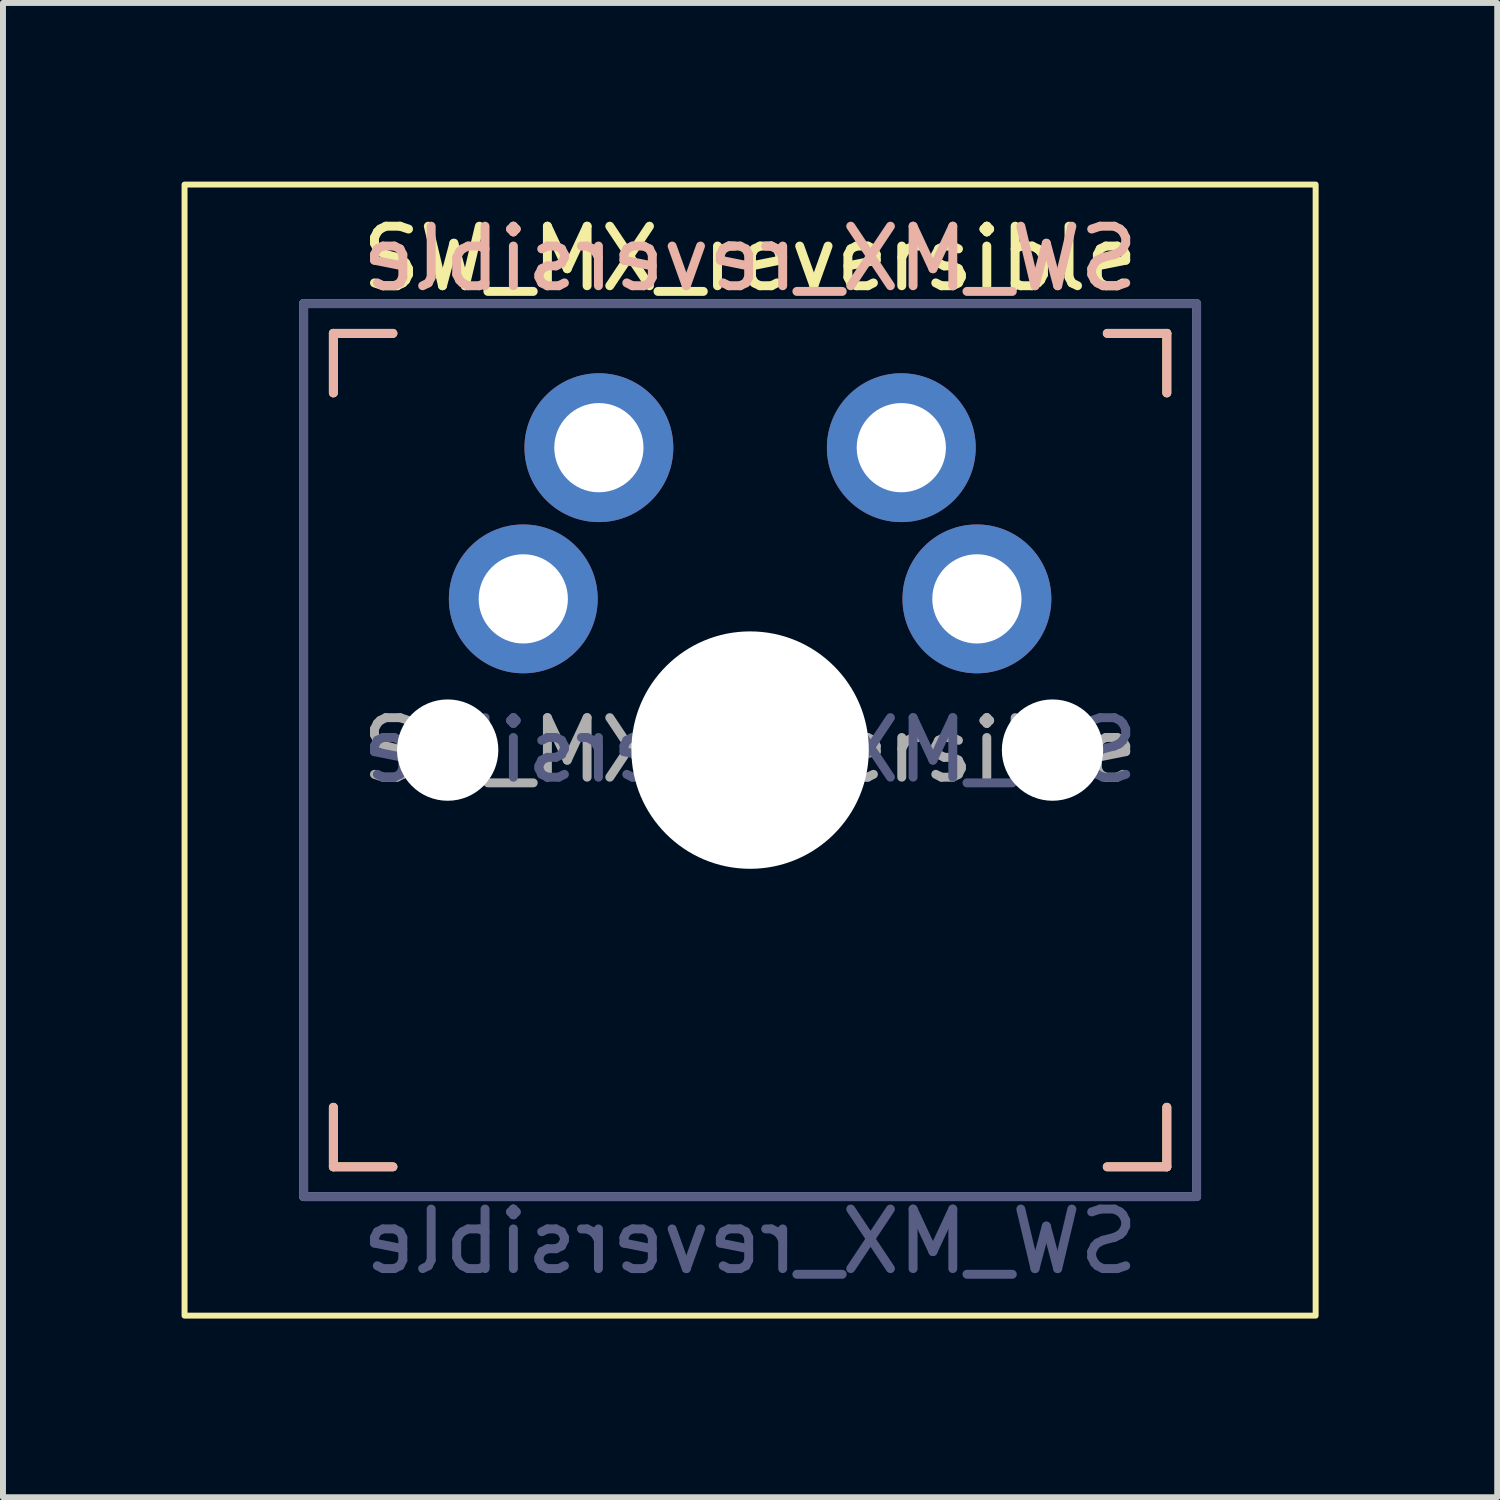
<source format=kicad_pcb>
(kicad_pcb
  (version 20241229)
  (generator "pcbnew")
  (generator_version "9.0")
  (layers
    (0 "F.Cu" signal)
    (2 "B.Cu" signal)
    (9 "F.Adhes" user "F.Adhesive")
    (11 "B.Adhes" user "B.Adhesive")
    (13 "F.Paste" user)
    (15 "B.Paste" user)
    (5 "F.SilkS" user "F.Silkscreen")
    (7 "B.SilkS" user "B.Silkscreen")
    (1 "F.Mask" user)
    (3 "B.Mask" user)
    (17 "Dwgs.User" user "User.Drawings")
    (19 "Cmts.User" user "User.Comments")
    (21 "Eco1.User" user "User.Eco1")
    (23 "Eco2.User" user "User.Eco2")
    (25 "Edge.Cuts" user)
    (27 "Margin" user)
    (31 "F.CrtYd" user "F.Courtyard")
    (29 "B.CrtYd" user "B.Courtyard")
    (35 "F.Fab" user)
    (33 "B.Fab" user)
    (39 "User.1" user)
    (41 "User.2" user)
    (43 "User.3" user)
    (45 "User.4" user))
  (footprint "SW_MX_reversible"
    (layer "F.Cu")
    (at 9.55 9.55)
    (property "Reference" "SW_MX_reversible" (at 0 -8.255 0) (layer "F.SilkS") (effects (font (size 1 1) (thickness 0.15))))
    (property "Value" "SW_MX_reversible" (at 0 8.255 0) (layer "F.Fab") (hide yes) (effects (font (size 1 1) (thickness 0.15))))
    (attr through_hole)
    (fp_line (start -7 -7) (end -6 -7) (stroke (width 0.15) (type solid)) (layer "F.SilkS"))
    (fp_line (start -7 -6) (end -7 -7) (stroke (width 0.15) (type solid)) (layer "F.SilkS"))
    (fp_line (start -7 7) (end -7 6) (stroke (width 0.15) (type solid)) (layer "F.SilkS"))
    (fp_line (start -6 7) (end -7 7) (stroke (width 0.15) (type solid)) (layer "F.SilkS"))
    (fp_line (start 6 -7) (end 7 -7) (stroke (width 0.15) (type solid)) (layer "F.SilkS"))
    (fp_line (start 7 -7) (end 7 -6) (stroke (width 0.15) (type solid)) (layer "F.SilkS"))
    (fp_line (start 7 6) (end 7 7) (stroke (width 0.15) (type solid)) (layer "F.SilkS"))
    (fp_line (start 7 7) (end 6 7) (stroke (width 0.15) (type solid)) (layer "F.SilkS"))
    (fp_rect (start -9.5 -9.5) (end 9.5 9.5) (stroke (width 0.1) (type solid)) (fill no) (layer "F.SilkS"))
    (fp_line (start -7 -7) (end -6 -7) (stroke (width 0.15) (type solid)) (layer "B.SilkS"))
    (fp_line (start -7 -6) (end -7 -7) (stroke (width 0.15) (type solid)) (layer "B.SilkS"))
    (fp_line (start -7 7) (end -7 6) (stroke (width 0.15) (type solid)) (layer "B.SilkS"))
    (fp_line (start -6 7) (end -7 7) (stroke (width 0.15) (type solid)) (layer "B.SilkS"))
    (fp_line (start 6 -7) (end 7 -7) (stroke (width 0.15) (type solid)) (layer "B.SilkS"))
    (fp_line (start 7 -7) (end 7 -6) (stroke (width 0.15) (type solid)) (layer "B.SilkS"))
    (fp_line (start 7 6) (end 7 7) (stroke (width 0.15) (type solid)) (layer "B.SilkS"))
    (fp_line (start 7 7) (end 6 7) (stroke (width 0.15) (type solid)) (layer "B.SilkS"))
    (fp_line (start -6.9 6.9) (end -6.9 -6.9) (stroke (width 0.15) (type solid)) (layer "Eco2.User"))
    (fp_line (start -6.9 6.9) (end 6.9 6.9) (stroke (width 0.15) (type solid)) (layer "Eco2.User"))
    (fp_line (start 6.9 -6.9) (end -6.9 -6.9) (stroke (width 0.15) (type solid)) (layer "Eco2.User"))
    (fp_line (start 6.9 -6.9) (end 6.9 6.9) (stroke (width 0.15) (type solid)) (layer "Eco2.User"))
    (fp_line (start -7.5 -7.5) (end 7.5 -7.5) (stroke (width 0.15) (type solid)) (layer "B.Fab"))
    (fp_line (start -7.5 7.5) (end -7.5 -7.5) (stroke (width 0.15) (type solid)) (layer "B.Fab"))
    (fp_line (start 7.5 -7.5) (end 7.5 7.5) (stroke (width 0.15) (type solid)) (layer "B.Fab"))
    (fp_line (start 7.5 7.5) (end -7.5 7.5) (stroke (width 0.15) (type solid)) (layer "B.Fab"))
    (fp_line (start -7.5 -7.5) (end 7.5 -7.5) (stroke (width 0.15) (type solid)) (layer "F.Fab"))
    (fp_line (start -7.5 7.5) (end -7.5 -7.5) (stroke (width 0.15) (type solid)) (layer "F.Fab"))
    (fp_line (start 7.5 -7.5) (end 7.5 7.5) (stroke (width 0.15) (type solid)) (layer "F.Fab"))
    (fp_line (start 7.5 7.5) (end -7.5 7.5) (stroke (width 0.15) (type solid)) (layer "F.Fab"))
    (fp_text user "${REFERENCE}" (at 0 -8.255 0) (layer "B.SilkS") (effects (font (size 1 1) (thickness 0.15)) (justify mirror)))
    (fp_text user "${VALUE}" (at 0 8.255 0) (layer "B.Fab") (effects (font (size 1 1) (thickness 0.15)) (justify mirror)))
    (fp_text user "${REFERENCE}" (at 0 0 0) (layer "B.Fab") (effects (font (size 1 1) (thickness 0.15)) (justify mirror)))
    (fp_text user "${REFERENCE}" (at 0 0 0) (layer "F.Fab") (effects (font (size 1 1) (thickness 0.15))))
    (pad "" np_thru_hole circle (at -5.08 0) (size 1.702 1.702) (drill 1.702) (layers "*.Cu" "*.Mask"))
    (pad "" np_thru_hole circle (at 0 0) (size 3.988 3.988) (drill 3.988) (layers "*.Cu" "*.Mask"))
    (pad "" np_thru_hole circle (at 5.08 0) (size 1.702 1.702) (drill 1.702) (layers "*.Cu" "*.Mask"))
    (pad "1" thru_hole circle (at -3.81 -2.54) (size 2.5 2.5) (drill 1.499) (layers "*.Cu" "*.Mask"))
    (pad "1" thru_hole circle (at -2.54 -5.08) (size 2.5 2.5) (drill 1.499) (layers "*.Cu" "*.Mask"))
    (pad "2" thru_hole circle (at 2.54 -5.08) (size 2.5 2.5) (drill 1.499) (layers "*.Cu" "*.Mask"))
    (pad "2" thru_hole circle (at 3.81 -2.54) (size 2.5 2.5) (drill 1.499) (layers "*.Cu" "*.Mask")))
  (gr_rect
    (start -3 -3)
    (end 22.1 22.1)
    (stroke (width 0.1) (type default))
    (fill no)
    (layer "Edge.Cuts")))
</source>
